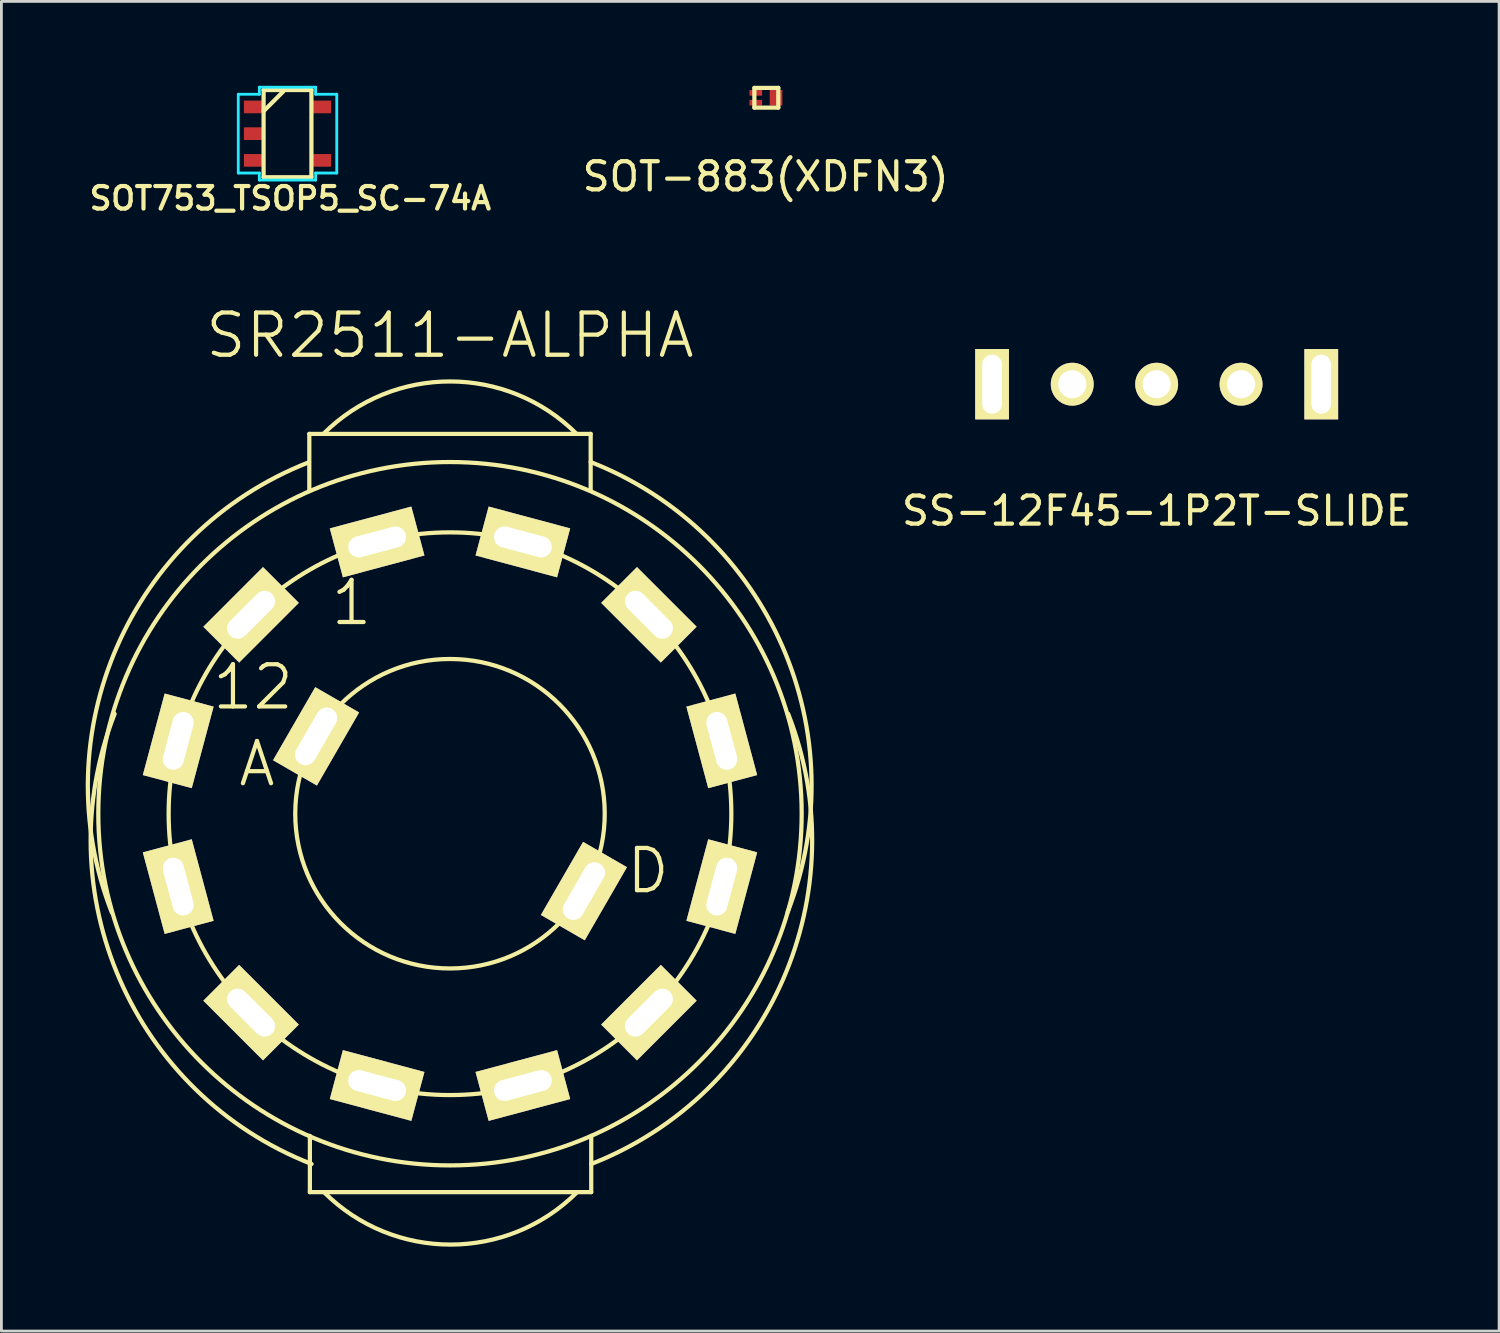
<source format=kicad_pcb>
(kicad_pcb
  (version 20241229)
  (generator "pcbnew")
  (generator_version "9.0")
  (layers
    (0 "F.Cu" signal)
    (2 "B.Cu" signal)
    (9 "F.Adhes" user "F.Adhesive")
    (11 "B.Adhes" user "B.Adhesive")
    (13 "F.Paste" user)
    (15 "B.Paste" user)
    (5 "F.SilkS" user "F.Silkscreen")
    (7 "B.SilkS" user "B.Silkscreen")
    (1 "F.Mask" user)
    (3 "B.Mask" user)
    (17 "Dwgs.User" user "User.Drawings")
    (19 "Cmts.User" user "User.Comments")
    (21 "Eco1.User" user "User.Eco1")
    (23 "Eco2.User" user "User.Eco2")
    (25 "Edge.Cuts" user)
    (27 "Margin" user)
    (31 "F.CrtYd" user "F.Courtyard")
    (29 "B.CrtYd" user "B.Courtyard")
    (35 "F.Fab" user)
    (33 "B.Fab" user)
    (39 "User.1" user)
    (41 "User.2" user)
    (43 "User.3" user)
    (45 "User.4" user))
  (footprint "SR2511-ALPHA"
    (layer "F.Cu")
    (at 12.944 25.872)
    (property "Reference" "SR2511-ALPHA" (at 0 -17 0) (layer "F.SilkS") (effects (font (size 1.5 1.5) (thickness 0.15))))
    (attr through_hole)
    (fp_line (start -5 -13.5) (end -5 -11.5) (stroke (width 0.15) (type solid)) (layer "F.SilkS"))
    (fp_line (start -5 -13.5) (end 5 -13.5) (stroke (width 0.15) (type solid)) (layer "F.SilkS"))
    (fp_line (start -4.98 13.45) (end -4.98 11.45) (stroke (width 0.15) (type solid)) (layer "F.SilkS"))
    (fp_line (start -4.98 13.45) (end 5.02 13.45) (stroke (width 0.15) (type solid)) (layer "F.SilkS"))
    (fp_line (start 5 -13.5) (end 5 -11.5) (stroke (width 0.15) (type solid)) (layer "F.SilkS"))
    (fp_line (start 5.02 13.45) (end 5.02 11.45) (stroke (width 0.15) (type solid)) (layer "F.SilkS"))
    (fp_arc (start -12.02 3.51) (mid -11.833708 -5.939747) (end -5.02 -12.49) (stroke (width 0.15) (type solid)) (layer "F.SilkS"))
    (fp_arc (start -4.92 12.45) (mid -11.733708 5.899747) (end -11.92 -3.55) (stroke (width 0.15) (type solid)) (layer "F.SilkS"))
    (fp_arc (start -4.5 -13.5) (mid 0 -15.363961) (end 4.5 -13.5) (stroke (width 0.15) (type solid)) (layer "F.SilkS"))
    (fp_arc (start 4.52 13.45) (mid 0.02 15.313961) (end -4.48 13.45) (stroke (width 0.15) (type solid)) (layer "F.SilkS"))
    (fp_arc (start 5 -12.5) (mid 11.813708 -5.949747) (end 12 3.5) (stroke (width 0.15) (type solid)) (layer "F.SilkS"))
    (fp_arc (start 12.02 -3.55) (mid 11.833708 5.899747) (end 5.02 12.45) (stroke (width 0.15) (type solid)) (layer "F.SilkS"))
    (fp_circle (center 0 0) (end 0 -10) (stroke (width 0.15) (type solid)) (fill no) (layer "F.SilkS"))
    (fp_circle (center 0 0) (end 0 -5.5) (stroke (width 0.15) (type solid)) (fill no) (layer "F.SilkS"))
    (fp_circle (center 0 0) (end 12.5 0) (stroke (width 0.15) (type solid)) (fill no) (layer "F.SilkS"))
    (fp_text user "12" (at -7 -4.5 0) (layer "F.SilkS") (effects (font (size 1.5 1.5) (thickness 0.15))))
    (fp_text user "A" (at -6.86 -1.77 0) (layer "F.SilkS") (effects (font (size 1.5 1.5) (thickness 0.15))))
    (fp_text user "1" (at -3.5 -7.5 0) (layer "F.SilkS") (effects (font (size 1.5 1.5) (thickness 0.15))))
    (fp_text user "D" (at 7.04 2.03 0) (layer "F.SilkS") (effects (font (size 1.5 1.5) (thickness 0.15))))
    (pad "1" thru_hole rect (at -2.59 -9.66 15) (size 3 1.8) (drill oval 2.1 0.75) (layers "*.Cu" "*.Mask" "F.SilkS"))
    (pad "2" thru_hole rect (at 2.59 -9.66 345) (size 3 1.8) (drill oval 2.1 0.75) (layers "*.Cu" "*.Mask" "F.SilkS"))
    (pad "3" thru_hole rect (at 7.07 -7.07 315) (size 3 1.8) (drill oval 2.1 0.75) (layers "*.Cu" "*.Mask" "F.SilkS"))
    (pad "4" thru_hole rect (at 9.66 -2.59 285) (size 3 1.8) (drill oval 2.1 0.75) (layers "*.Cu" "*.Mask" "F.SilkS"))
    (pad "5" thru_hole rect (at 9.66 2.59 75) (size 3 1.8) (drill oval 2.1 0.75) (layers "*.Cu" "*.Mask" "F.SilkS"))
    (pad "6" thru_hole rect (at 7.07 7.07 45) (size 3 1.8) (drill oval 2.1 0.75) (layers "*.Cu" "*.Mask" "F.SilkS"))
    (pad "7" thru_hole rect (at 2.59 9.66 15) (size 3 1.8) (drill oval 2.1 0.75) (layers "*.Cu" "*.Mask" "F.SilkS"))
    (pad "8" thru_hole rect (at -2.59 9.66 345) (size 3 1.8) (drill oval 2.1 0.75) (layers "*.Cu" "*.Mask" "F.SilkS"))
    (pad "9" thru_hole rect (at -7.07 7.07 315) (size 3 1.8) (drill oval 2.1 0.75) (layers "*.Cu" "*.Mask" "F.SilkS"))
    (pad "10" thru_hole rect (at -9.66 2.59 285) (size 3 1.8) (drill oval 2.1 0.75) (layers "*.Cu" "*.Mask" "F.SilkS"))
    (pad "11" thru_hole rect (at -9.66 -2.59 75) (size 3 1.8) (drill oval 2.1 0.75) (layers "*.Cu" "*.Mask" "F.SilkS"))
    (pad "12" thru_hole rect (at -7.07 -7.07 45) (size 3 1.8) (drill oval 2.1 0.75) (layers "*.Cu" "*.Mask" "F.SilkS"))
    (pad "A" thru_hole rect (at -4.76 -2.75 60) (size 3 1.8) (drill oval 2.25 0.75) (layers "*.Cu" "*.Mask" "F.SilkS"))
    (pad "D" thru_hole rect (at 4.76 2.75 60) (size 3 1.8) (drill oval 2.25 0.75) (layers "*.Cu" "*.Mask" "F.SilkS")))
  (footprint "SOT753_TSOP5_SC-74A"
    (layer "F.Cu")
    (at 7.169 1.7)
    (property "Reference" "SOT753_TSOP5_SC-74A" (at 0.1 2.3 0) (layer "F.SilkS") (effects (font (size 0.8 0.8) (thickness 0.15))))
    (attr through_hole)
    (fp_line (start -0.85 -1.55) (end 0.85 -1.55) (stroke (width 0.15) (type solid)) (layer "F.SilkS"))
    (fp_line (start -0.85 1.55) (end -0.85 -1.55) (stroke (width 0.15) (type solid)) (layer "F.SilkS"))
    (fp_line (start -0.15 -1.5) (end -0.85 -0.8) (stroke (width 0.15) (type solid)) (layer "F.SilkS"))
    (fp_line (start 0.85 -1.55) (end 0.85 1.55) (stroke (width 0.15) (type solid)) (layer "F.SilkS"))
    (fp_line (start 0.85 1.55) (end -0.85 1.55) (stroke (width 0.15) (type solid)) (layer "F.SilkS"))
    (fp_line (start -1.75 -1.4) (end -1.75 1.4) (stroke (width 0.1) (type solid)) (layer "B.CrtYd"))
    (fp_line (start -1.75 1.4) (end -1 1.4) (stroke (width 0.1) (type solid)) (layer "B.CrtYd"))
    (fp_line (start -1 -1.65) (end -1 -1.4) (stroke (width 0.1) (type solid)) (layer "B.CrtYd"))
    (fp_line (start -1 -1.65) (end 1 -1.65) (stroke (width 0.1) (type solid)) (layer "B.CrtYd"))
    (fp_line (start -1 -1.4) (end -1.75 -1.4) (stroke (width 0.1) (type solid)) (layer "B.CrtYd"))
    (fp_line (start -1 1.4) (end -1 1.65) (stroke (width 0.1) (type solid)) (layer "B.CrtYd"))
    (fp_line (start -1 1.65) (end 1 1.65) (stroke (width 0.1) (type solid)) (layer "B.CrtYd"))
    (fp_line (start 1 -1.65) (end 1 -1.4) (stroke (width 0.1) (type solid)) (layer "B.CrtYd"))
    (fp_line (start 1 -1.4) (end 1.75 -1.4) (stroke (width 0.1) (type solid)) (layer "B.CrtYd"))
    (fp_line (start 1 1.4) (end 1.75 1.4) (stroke (width 0.1) (type solid)) (layer "B.CrtYd"))
    (fp_line (start 1 1.65) (end 1 1.4) (stroke (width 0.1) (type solid)) (layer "B.CrtYd"))
    (fp_line (start 1.75 -1.4) (end 1.75 1.4) (stroke (width 0.1) (type solid)) (layer "B.CrtYd"))
    (pad "1" smd rect (at -1.2 -0.95) (size 0.7 0.45) (layers "F.Cu" "F.Mask" "F.Paste"))
    (pad "2" smd rect (at -1.2 0) (size 0.7 0.45) (layers "F.Cu" "F.Mask" "F.Paste"))
    (pad "3" smd rect (at -1.2 0.95) (size 0.7 0.45) (layers "F.Cu" "F.Mask" "F.Paste"))
    (pad "4" smd rect (at 1.2 -0.95) (size 0.7 0.45) (layers "F.Cu" "F.Mask" "F.Paste"))
    (pad "5" smd rect (at 1.2 0.95) (size 0.7 0.45) (layers "F.Cu" "F.Mask" "F.Paste")))
  (footprint "SS-12F45-1P2T-SLIDE"
    (layer "F.Cu")
    (at 38.061 10.606)
    (property "Reference" "SS-12F45-1P2T-SLIDE" (at 0 4.5 0) (layer "F.SilkS") (effects (font (size 1 1) (thickness 0.15))))
    (attr through_hole)
    (fp_line (start -6.2 -2.8) (end 0 -2.8) (stroke (width 0.15) (type solid)) (layer "B.Paste"))
    (fp_line (start -6.2 2.8) (end -6.2 -2.8) (stroke (width 0.15) (type solid)) (layer "B.Paste"))
    (fp_line (start -3 -1.5) (end -3 1.5) (stroke (width 0.15) (type solid)) (layer "B.Paste"))
    (fp_line (start -3 1.5) (end 0 1.5) (stroke (width 0.15) (type solid)) (layer "B.Paste"))
    (fp_line (start -2.5 -1.5) (end -2.5 1.5) (stroke (width 0.15) (type solid)) (layer "B.Paste"))
    (fp_line (start -2 -1.5) (end -2 1.5) (stroke (width 0.15) (type solid)) (layer "B.Paste"))
    (fp_line (start -1.5 -1.5) (end -1.5 1.5) (stroke (width 0.15) (type solid)) (layer "B.Paste"))
    (fp_line (start -1 -1.5) (end -1 1.5) (stroke (width 0.15) (type solid)) (layer "B.Paste"))
    (fp_line (start -0.5 -1.5) (end -0.5 1.5) (stroke (width 0.15) (type solid)) (layer "B.Paste"))
    (fp_line (start 0 -2.8) (end 6.2 -2.8) (stroke (width 0.15) (type solid)) (layer "B.Paste"))
    (fp_line (start 0 -1.5) (end -3 -1.5) (stroke (width 0.15) (type solid)) (layer "B.Paste"))
    (fp_line (start 0 0) (end 0 -1.5) (stroke (width 0.15) (type solid)) (layer "B.Paste"))
    (fp_line (start 0 1.5) (end 0 0) (stroke (width 0.15) (type solid)) (layer "B.Paste"))
    (fp_line (start 6.2 -2.8) (end 6.2 2.8) (stroke (width 0.15) (type solid)) (layer "B.Paste"))
    (fp_line (start 6.2 2.8) (end -6.2 2.8) (stroke (width 0.15) (type solid)) (layer "B.Paste"))
    (pad "" thru_hole rect (at -5.85 0) (size 1.2 2.5) (drill oval 0.7 2.1) (layers "*.Cu" "*.Mask" "F.SilkS"))
    (pad "" thru_hole rect (at 5.85 0) (size 1.2 2.5) (drill oval 0.7 2.1) (layers "*.Cu" "*.Mask" "F.SilkS"))
    (pad "1" thru_hole circle (at -3 0) (size 1.524 1.524) (drill 1) (layers "*.Cu" "*.Mask" "F.SilkS"))
    (pad "2" thru_hole circle (at 0 0) (size 1.524 1.524) (drill 1) (layers "*.Cu" "*.Mask" "F.SilkS"))
    (pad "3" thru_hole circle (at 3 0) (size 1.524 1.524) (drill 1) (layers "*.Cu" "*.Mask" "F.SilkS")))
  (footprint "SOT-883(XDFN3)"
    (layer "F.Cu")
    (at 24.163 0.425)
    (property "Reference" "SOT-883(XDFN3)" (at 0 2.8 0) (layer "F.SilkS") (effects (font (size 1 1) (thickness 0.15))))
    (attr through_hole)
    (fp_line (start -0.4 -0.35) (end 0.45 -0.35) (stroke (width 0.15) (type solid)) (layer "F.SilkS"))
    (fp_line (start -0.4 0.35) (end -0.4 -0.35) (stroke (width 0.15) (type solid)) (layer "F.SilkS"))
    (fp_line (start 0.45 -0.35) (end 0.45 0.35) (stroke (width 0.15) (type solid)) (layer "F.SilkS"))
    (fp_line (start 0.45 0.35) (end -0.4 0.35) (stroke (width 0.15) (type solid)) (layer "F.SilkS"))
    (pad "1" smd rect (at -0.35 -0.175) (size 0.45 0.2) (layers "F.Cu" "F.Mask" "F.Paste"))
    (pad "2" smd rect (at -0.35 0.175) (size 0.45 0.2) (layers "F.Cu" "F.Mask" "F.Paste"))
    (pad "3" smd rect (at 0.37 0) (size 0.45 0.55) (layers "F.Cu" "F.Mask" "F.Paste")))
  (gr_rect
    (start -3 -3)
    (end 50.233 44.261)
    (stroke (width 0.1) (type default))
    (fill no)
    (layer "Edge.Cuts")))
</source>
